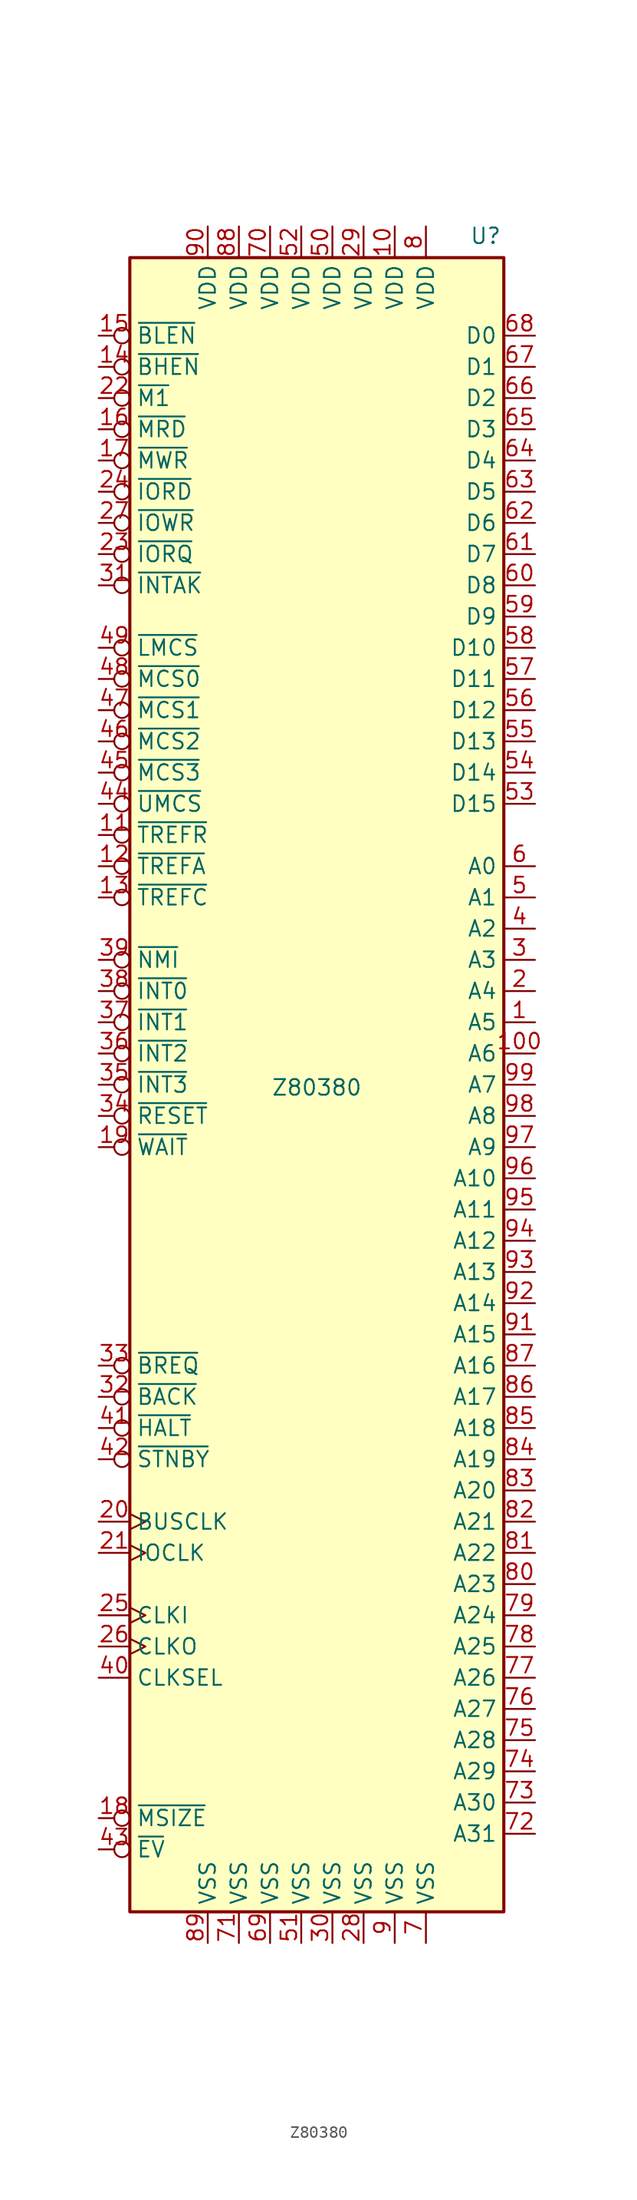
<source format=kicad_sym>
(kicad_symbol_lib
  (version 20231120)
  (generator "kicad_symbol_editor")
  (generator_version "8.0")
  (symbol "Z80380"
    (property "Reference" "U"
      (at 12.446 68.326 0)
      (effects (font (size 1.27 1.27)) (justify left bottom)))
    (property "Value" "Z80380"
      (at 0 0.508 0)
      (effects (font (size 1.27 1.27)) (justify top)))
    (symbol "Z80380_0_1"
      (rectangle (start -15.24 67.31) (end 15.24 -67.31) (stroke (width 0.254) (type default)) (fill (type background))))
    (symbol "Z80380_1_1"
      (pin output line (at 17.78 5.08 180) (length 2.54) (name "A5" (effects (font (size 1.27 1.27)))) (number "1" (effects (font (size 1.27 1.27)))))
      (pin power_in line (at 6.35 69.85 270) (length 2.54) (name "VDD" (effects (font (size 1.27 1.27)))) (number "10" (effects (font (size 1.27 1.27)))))
      (pin output line (at 17.78 2.54 180) (length 2.54) (name "A6" (effects (font (size 1.27 1.27)))) (number "100" (effects (font (size 1.27 1.27)))))
      (pin output inverted (at -17.78 20.32 0) (length 2.54) (name "~{TREFR}" (effects (font (size 1.27 1.27)))) (number "11" (effects (font (size 1.27 1.27)))))
      (pin output inverted (at -17.78 17.78 0) (length 2.54) (name "~{TREFA}" (effects (font (size 1.27 1.27)))) (number "12" (effects (font (size 1.27 1.27)))))
      (pin output inverted (at -17.78 15.24 0) (length 2.54) (name "~{TREFC}" (effects (font (size 1.27 1.27)))) (number "13" (effects (font (size 1.27 1.27)))))
      (pin output inverted (at -17.78 58.42 0) (length 2.54) (name "~{BHEN}" (effects (font (size 1.27 1.27)))) (number "14" (effects (font (size 1.27 1.27)))))
      (pin output inverted (at -17.78 60.96 0) (length 2.54) (name "~{BLEN}" (effects (font (size 1.27 1.27)))) (number "15" (effects (font (size 1.27 1.27)))))
      (pin output inverted (at -17.78 53.34 0) (length 2.54) (name "~{MRD}" (effects (font (size 1.27 1.27)))) (number "16" (effects (font (size 1.27 1.27)))))
      (pin output inverted (at -17.78 50.8 0) (length 2.54) (name "~{MWR}" (effects (font (size 1.27 1.27)))) (number "17" (effects (font (size 1.27 1.27)))))
      (pin input inverted (at -17.78 -59.69 0) (length 2.54) (name "~{MSIZE}" (effects (font (size 1.27 1.27)))) (number "18" (effects (font (size 1.27 1.27)))))
      (pin input inverted (at -17.78 -5.08 0) (length 2.54) (name "~{WAIT}" (effects (font (size 1.27 1.27)))) (number "19" (effects (font (size 1.27 1.27)))))
      (pin output line (at 17.78 7.62 180) (length 2.54) (name "A4" (effects (font (size 1.27 1.27)))) (number "2" (effects (font (size 1.27 1.27)))))
      (pin output clock (at -17.78 -35.56 0) (length 2.54) (name "BUSCLK" (effects (font (size 1.27 1.27)))) (number "20" (effects (font (size 1.27 1.27)))))
      (pin output clock (at -17.78 -38.1 0) (length 2.54) (name "IOCLK" (effects (font (size 1.27 1.27)))) (number "21" (effects (font (size 1.27 1.27)))))
      (pin output inverted (at -17.78 55.88 0) (length 2.54) (name "~{M1}" (effects (font (size 1.27 1.27)))) (number "22" (effects (font (size 1.27 1.27)))))
      (pin output inverted (at -17.78 43.18 0) (length 2.54) (name "~{IORQ}" (effects (font (size 1.27 1.27)))) (number "23" (effects (font (size 1.27 1.27)))))
      (pin output inverted (at -17.78 48.26 0) (length 2.54) (name "~{IORD}" (effects (font (size 1.27 1.27)))) (number "24" (effects (font (size 1.27 1.27)))))
      (pin input clock (at -17.78 -43.18 0) (length 2.54) (name "CLKI" (effects (font (size 1.27 1.27)))) (number "25" (effects (font (size 1.27 1.27)))))
      (pin passive clock (at -17.78 -45.72 0) (length 2.54) (name "CLKO" (effects (font (size 1.27 1.27)))) (number "26" (effects (font (size 1.27 1.27)))))
      (pin output inverted (at -17.78 45.72 0) (length 2.54) (name "~{IOWR}" (effects (font (size 1.27 1.27)))) (number "27" (effects (font (size 1.27 1.27)))))
      (pin power_in line (at 3.81 -69.85 90) (length 2.54) (name "VSS" (effects (font (size 1.27 1.27)))) (number "28" (effects (font (size 1.27 1.27)))))
      (pin power_in line (at 3.81 69.85 270) (length 2.54) (name "VDD" (effects (font (size 1.27 1.27)))) (number "29" (effects (font (size 1.27 1.27)))))
      (pin output line (at 17.78 10.16 180) (length 2.54) (name "A3" (effects (font (size 1.27 1.27)))) (number "3" (effects (font (size 1.27 1.27)))))
      (pin power_in line (at 1.27 -69.85 90) (length 2.54) (name "VSS" (effects (font (size 1.27 1.27)))) (number "30" (effects (font (size 1.27 1.27)))))
      (pin output inverted (at -17.78 40.64 0) (length 2.54) (name "~{INTAK}" (effects (font (size 1.27 1.27)))) (number "31" (effects (font (size 1.27 1.27)))))
      (pin output inverted (at -17.78 -25.4 0) (length 2.54) (name "~{BACK}" (effects (font (size 1.27 1.27)))) (number "32" (effects (font (size 1.27 1.27)))))
      (pin input inverted (at -17.78 -22.86 0) (length 2.54) (name "~{BREQ}" (effects (font (size 1.27 1.27)))) (number "33" (effects (font (size 1.27 1.27)))))
      (pin input inverted (at -17.78 -2.54 0) (length 2.54) (name "~{RESET}" (effects (font (size 1.27 1.27)))) (number "34" (effects (font (size 1.27 1.27)))))
      (pin input inverted (at -17.78 0 0) (length 2.54) (name "~{INT3}" (effects (font (size 1.27 1.27)))) (number "35" (effects (font (size 1.27 1.27)))))
      (pin input inverted (at -17.78 2.54 0) (length 2.54) (name "~{INT2}" (effects (font (size 1.27 1.27)))) (number "36" (effects (font (size 1.27 1.27)))))
      (pin input inverted (at -17.78 5.08 0) (length 2.54) (name "~{INT1}" (effects (font (size 1.27 1.27)))) (number "37" (effects (font (size 1.27 1.27)))))
      (pin input inverted (at -17.78 7.62 0) (length 2.54) (name "~{INT0}" (effects (font (size 1.27 1.27)))) (number "38" (effects (font (size 1.27 1.27)))))
      (pin input inverted (at -17.78 10.16 0) (length 2.54) (name "~{NMI}" (effects (font (size 1.27 1.27)))) (number "39" (effects (font (size 1.27 1.27)))))
      (pin output line (at 17.78 12.7 180) (length 2.54) (name "A2" (effects (font (size 1.27 1.27)))) (number "4" (effects (font (size 1.27 1.27)))))
      (pin input line (at -17.78 -48.26 0) (length 2.54) (name "CLKSEL" (effects (font (size 1.27 1.27)))) (number "40" (effects (font (size 1.27 1.27)))))
      (pin output inverted (at -17.78 -27.94 0) (length 2.54) (name "~{HALT}" (effects (font (size 1.27 1.27)))) (number "41" (effects (font (size 1.27 1.27)))))
      (pin output inverted (at -17.78 -30.48 0) (length 2.54) (name "~{STNBY}" (effects (font (size 1.27 1.27)))) (number "42" (effects (font (size 1.27 1.27)))))
      (pin input inverted (at -17.78 -62.23 0) (length 2.54) (name "~{EV}" (effects (font (size 1.27 1.27)))) (number "43" (effects (font (size 1.27 1.27)))))
      (pin output inverted (at -17.78 22.86 0) (length 2.54) (name "~{UMCS}" (effects (font (size 1.27 1.27)))) (number "44" (effects (font (size 1.27 1.27)))))
      (pin output inverted (at -17.78 25.4 0) (length 2.54) (name "~{MCS3}" (effects (font (size 1.27 1.27)))) (number "45" (effects (font (size 1.27 1.27)))))
      (pin output inverted (at -17.78 27.94 0) (length 2.54) (name "~{MCS2}" (effects (font (size 1.27 1.27)))) (number "46" (effects (font (size 1.27 1.27)))))
      (pin output inverted (at -17.78 30.48 0) (length 2.54) (name "~{MCS1}" (effects (font (size 1.27 1.27)))) (number "47" (effects (font (size 1.27 1.27)))))
      (pin output inverted (at -17.78 33.02 0) (length 2.54) (name "~{MCS0}" (effects (font (size 1.27 1.27)))) (number "48" (effects (font (size 1.27 1.27)))))
      (pin output inverted (at -17.78 35.56 0) (length 2.54) (name "~{LMCS}" (effects (font (size 1.27 1.27)))) (number "49" (effects (font (size 1.27 1.27)))))
      (pin output line (at 17.78 15.24 180) (length 2.54) (name "A1" (effects (font (size 1.27 1.27)))) (number "5" (effects (font (size 1.27 1.27)))))
      (pin power_in line (at 1.27 69.85 270) (length 2.54) (name "VDD" (effects (font (size 1.27 1.27)))) (number "50" (effects (font (size 1.27 1.27)))))
      (pin power_in line (at -1.27 -69.85 90) (length 2.54) (name "VSS" (effects (font (size 1.27 1.27)))) (number "51" (effects (font (size 1.27 1.27)))))
      (pin power_in line (at -1.27 69.85 270) (length 2.54) (name "VDD" (effects (font (size 1.27 1.27)))) (number "52" (effects (font (size 1.27 1.27)))))
      (pin bidirectional line (at 17.78 22.86 180) (length 2.54) (name "D15" (effects (font (size 1.27 1.27)))) (number "53" (effects (font (size 1.27 1.27)))))
      (pin bidirectional line (at 17.78 25.4 180) (length 2.54) (name "D14" (effects (font (size 1.27 1.27)))) (number "54" (effects (font (size 1.27 1.27)))))
      (pin bidirectional line (at 17.78 27.94 180) (length 2.54) (name "D13" (effects (font (size 1.27 1.27)))) (number "55" (effects (font (size 1.27 1.27)))))
      (pin bidirectional line (at 17.78 30.48 180) (length 2.54) (name "D12" (effects (font (size 1.27 1.27)))) (number "56" (effects (font (size 1.27 1.27)))))
      (pin bidirectional line (at 17.78 33.02 180) (length 2.54) (name "D11" (effects (font (size 1.27 1.27)))) (number "57" (effects (font (size 1.27 1.27)))))
      (pin bidirectional line (at 17.78 35.56 180) (length 2.54) (name "D10" (effects (font (size 1.27 1.27)))) (number "58" (effects (font (size 1.27 1.27)))))
      (pin bidirectional line (at 17.78 38.1 180) (length 2.54) (name "D9" (effects (font (size 1.27 1.27)))) (number "59" (effects (font (size 1.27 1.27)))))
      (pin output line (at 17.78 17.78 180) (length 2.54) (name "A0" (effects (font (size 1.27 1.27)))) (number "6" (effects (font (size 1.27 1.27)))))
      (pin bidirectional line (at 17.78 40.64 180) (length 2.54) (name "D8" (effects (font (size 1.27 1.27)))) (number "60" (effects (font (size 1.27 1.27)))))
      (pin bidirectional line (at 17.78 43.18 180) (length 2.54) (name "D7" (effects (font (size 1.27 1.27)))) (number "61" (effects (font (size 1.27 1.27)))))
      (pin bidirectional line (at 17.78 45.72 180) (length 2.54) (name "D6" (effects (font (size 1.27 1.27)))) (number "62" (effects (font (size 1.27 1.27)))))
      (pin bidirectional line (at 17.78 48.26 180) (length 2.54) (name "D5" (effects (font (size 1.27 1.27)))) (number "63" (effects (font (size 1.27 1.27)))))
      (pin bidirectional line (at 17.78 50.8 180) (length 2.54) (name "D4" (effects (font (size 1.27 1.27)))) (number "64" (effects (font (size 1.27 1.27)))))
      (pin bidirectional line (at 17.78 53.34 180) (length 2.54) (name "D3" (effects (font (size 1.27 1.27)))) (number "65" (effects (font (size 1.27 1.27)))))
      (pin bidirectional line (at 17.78 55.88 180) (length 2.54) (name "D2" (effects (font (size 1.27 1.27)))) (number "66" (effects (font (size 1.27 1.27)))))
      (pin bidirectional line (at 17.78 58.42 180) (length 2.54) (name "D1" (effects (font (size 1.27 1.27)))) (number "67" (effects (font (size 1.27 1.27)))))
      (pin bidirectional line (at 17.78 60.96 180) (length 2.54) (name "D0" (effects (font (size 1.27 1.27)))) (number "68" (effects (font (size 1.27 1.27)))))
      (pin power_in line (at -3.81 -69.85 90) (length 2.54) (name "VSS" (effects (font (size 1.27 1.27)))) (number "69" (effects (font (size 1.27 1.27)))))
      (pin power_in line (at 8.89 -69.85 90) (length 2.54) (name "VSS" (effects (font (size 1.27 1.27)))) (number "7" (effects (font (size 1.27 1.27)))))
      (pin power_in line (at -3.81 69.85 270) (length 2.54) (name "VDD" (effects (font (size 1.27 1.27)))) (number "70" (effects (font (size 1.27 1.27)))))
      (pin power_in line (at -6.35 -69.85 90) (length 2.54) (name "VSS" (effects (font (size 1.27 1.27)))) (number "71" (effects (font (size 1.27 1.27)))))
      (pin output line (at 17.78 -60.96 180) (length 2.54) (name "A31" (effects (font (size 1.27 1.27)))) (number "72" (effects (font (size 1.27 1.27)))))
      (pin output line (at 17.78 -58.42 180) (length 2.54) (name "A30" (effects (font (size 1.27 1.27)))) (number "73" (effects (font (size 1.27 1.27)))))
      (pin output line (at 17.78 -55.88 180) (length 2.54) (name "A29" (effects (font (size 1.27 1.27)))) (number "74" (effects (font (size 1.27 1.27)))))
      (pin output line (at 17.78 -53.34 180) (length 2.54) (name "A28" (effects (font (size 1.27 1.27)))) (number "75" (effects (font (size 1.27 1.27)))))
      (pin output line (at 17.78 -50.8 180) (length 2.54) (name "A27" (effects (font (size 1.27 1.27)))) (number "76" (effects (font (size 1.27 1.27)))))
      (pin output line (at 17.78 -48.26 180) (length 2.54) (name "A26" (effects (font (size 1.27 1.27)))) (number "77" (effects (font (size 1.27 1.27)))))
      (pin output line (at 17.78 -45.72 180) (length 2.54) (name "A25" (effects (font (size 1.27 1.27)))) (number "78" (effects (font (size 1.27 1.27)))))
      (pin output line (at 17.78 -43.18 180) (length 2.54) (name "A24" (effects (font (size 1.27 1.27)))) (number "79" (effects (font (size 1.27 1.27)))))
      (pin power_in line (at 8.89 69.85 270) (length 2.54) (name "VDD" (effects (font (size 1.27 1.27)))) (number "8" (effects (font (size 1.27 1.27)))))
      (pin output line (at 17.78 -40.64 180) (length 2.54) (name "A23" (effects (font (size 1.27 1.27)))) (number "80" (effects (font (size 1.27 1.27)))))
      (pin output line (at 17.78 -38.1 180) (length 2.54) (name "A22" (effects (font (size 1.27 1.27)))) (number "81" (effects (font (size 1.27 1.27)))))
      (pin output line (at 17.78 -35.56 180) (length 2.54) (name "A21" (effects (font (size 1.27 1.27)))) (number "82" (effects (font (size 1.27 1.27)))))
      (pin output line (at 17.78 -33.02 180) (length 2.54) (name "A20" (effects (font (size 1.27 1.27)))) (number "83" (effects (font (size 1.27 1.27)))))
      (pin output line (at 17.78 -30.48 180) (length 2.54) (name "A19" (effects (font (size 1.27 1.27)))) (number "84" (effects (font (size 1.27 1.27)))))
      (pin output line (at 17.78 -27.94 180) (length 2.54) (name "A18" (effects (font (size 1.27 1.27)))) (number "85" (effects (font (size 1.27 1.27)))))
      (pin output line (at 17.78 -25.4 180) (length 2.54) (name "A17" (effects (font (size 1.27 1.27)))) (number "86" (effects (font (size 1.27 1.27)))))
      (pin output line (at 17.78 -22.86 180) (length 2.54) (name "A16" (effects (font (size 1.27 1.27)))) (number "87" (effects (font (size 1.27 1.27)))))
      (pin power_in line (at -6.35 69.85 270) (length 2.54) (name "VDD" (effects (font (size 1.27 1.27)))) (number "88" (effects (font (size 1.27 1.27)))))
      (pin power_in line (at -8.89 -69.85 90) (length 2.54) (name "VSS" (effects (font (size 1.27 1.27)))) (number "89" (effects (font (size 1.27 1.27)))))
      (pin power_in line (at 6.35 -69.85 90) (length 2.54) (name "VSS" (effects (font (size 1.27 1.27)))) (number "9" (effects (font (size 1.27 1.27)))))
      (pin power_in line (at -8.89 69.85 270) (length 2.54) (name "VDD" (effects (font (size 1.27 1.27)))) (number "90" (effects (font (size 1.27 1.27)))))
      (pin output line (at 17.78 -20.32 180) (length 2.54) (name "A15" (effects (font (size 1.27 1.27)))) (number "91" (effects (font (size 1.27 1.27)))))
      (pin output line (at 17.78 -17.78 180) (length 2.54) (name "A14" (effects (font (size 1.27 1.27)))) (number "92" (effects (font (size 1.27 1.27)))))
      (pin output line (at 17.78 -15.24 180) (length 2.54) (name "A13" (effects (font (size 1.27 1.27)))) (number "93" (effects (font (size 1.27 1.27)))))
      (pin output line (at 17.78 -12.7 180) (length 2.54) (name "A12" (effects (font (size 1.27 1.27)))) (number "94" (effects (font (size 1.27 1.27)))))
      (pin output line (at 17.78 -10.16 180) (length 2.54) (name "A11" (effects (font (size 1.27 1.27)))) (number "95" (effects (font (size 1.27 1.27)))))
      (pin output line (at 17.78 -7.62 180) (length 2.54) (name "A10" (effects (font (size 1.27 1.27)))) (number "96" (effects (font (size 1.27 1.27)))))
      (pin output line (at 17.78 -5.08 180) (length 2.54) (name "A9" (effects (font (size 1.27 1.27)))) (number "97" (effects (font (size 1.27 1.27)))))
      (pin output line (at 17.78 -2.54 180) (length 2.54) (name "A8" (effects (font (size 1.27 1.27)))) (number "98" (effects (font (size 1.27 1.27)))))
      (pin output line (at 17.78 0 180) (length 2.54) (name "A7" (effects (font (size 1.27 1.27)))) (number "99" (effects (font (size 1.27 1.27))))))))
</source>
